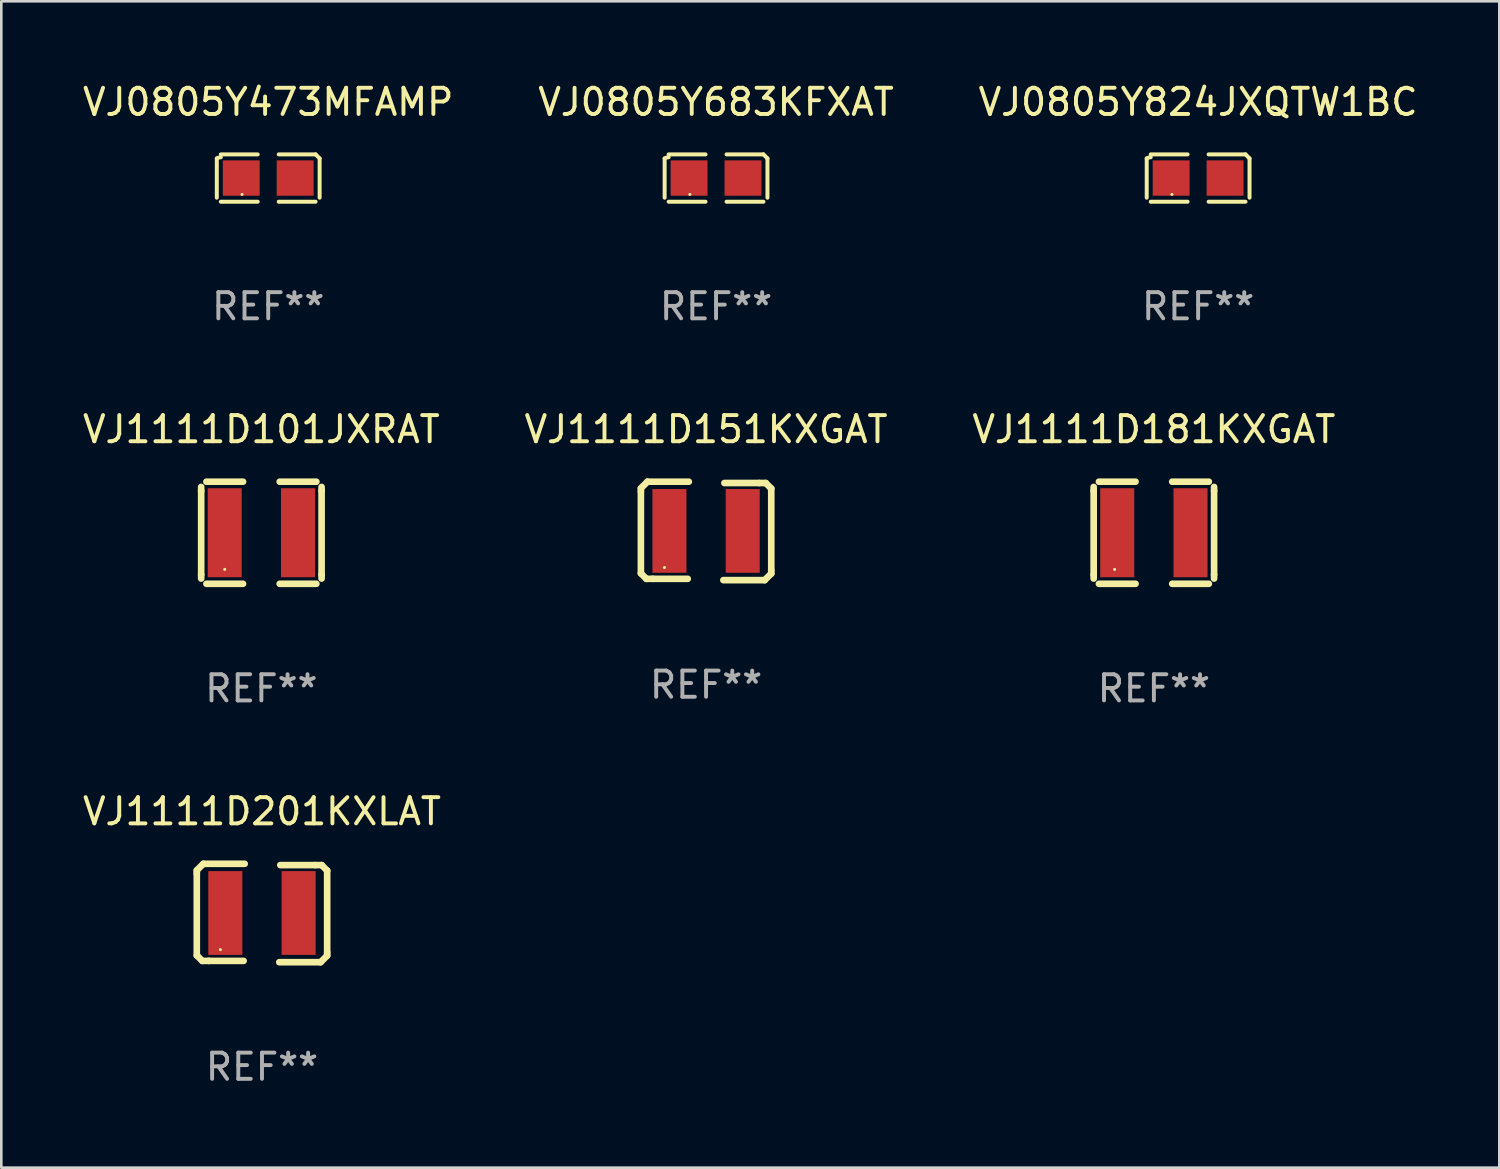
<source format=kicad_pcb>
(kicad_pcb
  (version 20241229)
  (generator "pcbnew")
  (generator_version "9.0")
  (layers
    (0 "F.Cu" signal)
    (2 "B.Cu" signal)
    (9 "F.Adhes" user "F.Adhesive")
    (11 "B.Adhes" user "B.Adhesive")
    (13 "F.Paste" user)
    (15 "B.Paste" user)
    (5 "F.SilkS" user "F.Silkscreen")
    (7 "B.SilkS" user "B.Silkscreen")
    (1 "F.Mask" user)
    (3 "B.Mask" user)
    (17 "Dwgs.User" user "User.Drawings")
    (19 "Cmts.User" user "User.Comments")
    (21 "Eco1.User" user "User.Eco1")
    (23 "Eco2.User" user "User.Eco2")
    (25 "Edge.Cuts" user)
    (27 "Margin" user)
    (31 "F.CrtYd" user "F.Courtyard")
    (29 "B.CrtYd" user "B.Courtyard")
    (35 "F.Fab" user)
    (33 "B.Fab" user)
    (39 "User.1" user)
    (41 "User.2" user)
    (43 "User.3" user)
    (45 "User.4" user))
  (footprint "VJ1111D101JXRAT"
    (layer "F.Cu")
    (at 6.935 17.302)
    (property "Reference" "VJ1111D101JXRAT" (at 0 -3.95 0) (layer "F.SilkS") (effects (font (size 1 1) (thickness 0.15))))
    (attr through_hole)
    (fp_line (start -2.3 -1.75) (end -2.3 -1.6) (stroke (width 0.254) (type solid)) (layer "F.SilkS"))
    (fp_line (start -2.3 -1.6) (end -2.3 1.6) (stroke (width 0.254) (type solid)) (layer "F.SilkS"))
    (fp_line (start -2.3 1.75) (end -2.3 1.6) (stroke (width 0.254) (type solid)) (layer "F.SilkS"))
    (fp_line (start -0.7 -1.95) (end -2.1 -1.95) (stroke (width 0.254) (type solid)) (layer "F.SilkS"))
    (fp_line (start -0.7 1.95) (end -2.1 1.95) (stroke (width 0.254) (type solid)) (layer "F.SilkS"))
    (fp_line (start 0.7 -1.95) (end 2.1 -1.95) (stroke (width 0.254) (type solid)) (layer "F.SilkS"))
    (fp_line (start 0.7 1.95) (end 2.1 1.95) (stroke (width 0.254) (type solid)) (layer "F.SilkS"))
    (fp_line (start 2.3 1.75) (end 2.3 1.6) (stroke (width 0.254) (type solid)) (layer "F.SilkS"))
    (fp_line (start 2.3 -1.75) (end 2.3 -1.6) (stroke (width 0.254) (type solid)) (layer "F.SilkS"))
    (fp_line (start 2.3 -1.6) (end 2.3 1.6) (stroke (width 0.254) (type solid)) (layer "F.SilkS"))
    (fp_circle (center -1.4 1.4) (end -1.37 1.4) (stroke (width 0.06) (type solid)) (fill no) (layer "F.SilkS"))
    (fp_text user "REF**" (at 0 5.95 0) (layer "F.Fab") (effects (font (size 1 1) (thickness 0.15))))
    (pad "1" smd rect (at -1.4 0 90) (size 3.4 1.3) (layers "F.Cu" "F.Mask" "F.Paste"))
    (pad "2" smd rect (at 1.4 0 90) (size 3.4 1.3) (layers "F.Cu" "F.Mask" "F.Paste")))
  (footprint "VJ1111D181KXGAT"
    (layer "F.Cu")
    (at 41.03 17.302)
    (property "Reference" "VJ1111D181KXGAT" (at 0 -3.95 0) (layer "F.SilkS") (effects (font (size 1 1) (thickness 0.15))))
    (attr through_hole)
    (fp_line (start -2.3 -1.75) (end -2.3 -1.6) (stroke (width 0.254) (type solid)) (layer "F.SilkS"))
    (fp_line (start -2.3 -1.6) (end -2.3 1.6) (stroke (width 0.254) (type solid)) (layer "F.SilkS"))
    (fp_line (start -2.3 1.75) (end -2.3 1.6) (stroke (width 0.254) (type solid)) (layer "F.SilkS"))
    (fp_line (start -0.7 -1.95) (end -2.1 -1.95) (stroke (width 0.254) (type solid)) (layer "F.SilkS"))
    (fp_line (start -0.7 1.95) (end -2.1 1.95) (stroke (width 0.254) (type solid)) (layer "F.SilkS"))
    (fp_line (start 0.7 -1.95) (end 2.1 -1.95) (stroke (width 0.254) (type solid)) (layer "F.SilkS"))
    (fp_line (start 0.7 1.95) (end 2.1 1.95) (stroke (width 0.254) (type solid)) (layer "F.SilkS"))
    (fp_line (start 2.3 1.75) (end 2.3 1.6) (stroke (width 0.254) (type solid)) (layer "F.SilkS"))
    (fp_line (start 2.3 -1.75) (end 2.3 -1.6) (stroke (width 0.254) (type solid)) (layer "F.SilkS"))
    (fp_line (start 2.3 -1.6) (end 2.3 1.6) (stroke (width 0.254) (type solid)) (layer "F.SilkS"))
    (fp_circle (center -1.5 1.4) (end -1.47 1.4) (stroke (width 0.06) (type solid)) (fill no) (layer "F.SilkS"))
    (fp_text user "REF**" (at 0 5.95 0) (layer "F.Fab") (effects (font (size 1 1) (thickness 0.15))))
    (pad "1" smd rect (at -1.4 0 90) (size 3.4 1.3) (layers "F.Cu" "F.Mask" "F.Paste"))
    (pad "2" smd rect (at 1.4 0 90) (size 3.4 1.3) (layers "F.Cu" "F.Mask" "F.Paste")))
  (footprint "VJ0805Y683KFXAT"
    (layer "F.Cu")
    (at 24.304 3.752)
    (property "Reference" "VJ0805Y683KFXAT" (at 0 -2.904 0) (layer "F.SilkS") (effects (font (size 1 1) (thickness 0.15))))
    (attr through_hole)
    (fp_line (start -1.964 0.751) (end -1.964 -0.751) (stroke (width 0.152) (type solid)) (layer "F.SilkS"))
    (fp_line (start -1.811 -0.904) (end -0.401 -0.904) (stroke (width 0.152) (type solid)) (layer "F.SilkS"))
    (fp_line (start -0.401 0.904) (end -1.811 0.904) (stroke (width 0.152) (type solid)) (layer "F.SilkS"))
    (fp_line (start 0.401 0.904) (end 1.811 0.904) (stroke (width 0.152) (type solid)) (layer "F.SilkS"))
    (fp_line (start 1.811 -0.904) (end 0.401 -0.904) (stroke (width 0.152) (type solid)) (layer "F.SilkS"))
    (fp_line (start 1.964 0.751) (end 1.964 -0.751) (stroke (width 0.152) (type solid)) (layer "F.SilkS"))
    (fp_arc (start -1.963602 -0.751207) (mid -1.890354 -0.783131) (end -1.811201 -0.794044) (stroke (width 0.1524) (type solid)) (layer "F.SilkS"))
    (fp_arc (start 1.811202 -0.903607) (mid 1.887413 -0.827418) (end 1.963602 -0.751207) (stroke (width 0.1524) (type solid)) (layer "F.SilkS"))
    (fp_circle (center -1 0.625) (end -0.97 0.625) (stroke (width 0.06) (type solid)) (fill no) (layer "F.SilkS"))
    (fp_text user "REF**" (at 0 4.904 0) (layer "F.Fab") (effects (font (size 1 1) (thickness 0.15))))
    (pad "1" smd rect (at -1.03 0) (size 1.41 1.35) (layers "F.Cu" "F.Mask" "F.Paste"))
    (pad "2" smd rect (at 1.03 0) (size 1.41 1.35) (layers "F.Cu" "F.Mask" "F.Paste")))
  (footprint "VJ0805Y824JXQTW1BC"
    (layer "F.Cu")
    (at 42.72 3.752)
    (property "Reference" "VJ0805Y824JXQTW1BC" (at 0 -2.904 0) (layer "F.SilkS") (effects (font (size 1 1) (thickness 0.15))))
    (attr through_hole)
    (fp_line (start -1.964 0.751) (end -1.964 -0.751) (stroke (width 0.152) (type solid)) (layer "F.SilkS"))
    (fp_line (start -1.811 -0.904) (end -0.401 -0.904) (stroke (width 0.152) (type solid)) (layer "F.SilkS"))
    (fp_line (start -0.401 0.904) (end -1.811 0.904) (stroke (width 0.152) (type solid)) (layer "F.SilkS"))
    (fp_line (start 0.401 0.904) (end 1.811 0.904) (stroke (width 0.152) (type solid)) (layer "F.SilkS"))
    (fp_line (start 1.811 -0.904) (end 0.401 -0.904) (stroke (width 0.152) (type solid)) (layer "F.SilkS"))
    (fp_line (start 1.964 0.751) (end 1.964 -0.751) (stroke (width 0.152) (type solid)) (layer "F.SilkS"))
    (fp_arc (start -1.963602 -0.751207) (mid -1.890354 -0.783131) (end -1.811201 -0.794044) (stroke (width 0.1524) (type solid)) (layer "F.SilkS"))
    (fp_arc (start 1.811202 -0.903607) (mid 1.887413 -0.827418) (end 1.963602 -0.751207) (stroke (width 0.1524) (type solid)) (layer "F.SilkS"))
    (fp_circle (center -1 0.625) (end -0.97 0.625) (stroke (width 0.06) (type solid)) (fill no) (layer "F.SilkS"))
    (fp_text user "REF**" (at 0 4.904 0) (layer "F.Fab") (effects (font (size 1 1) (thickness 0.15))))
    (pad "1" smd rect (at -1.03 0) (size 1.41 1.35) (layers "F.Cu" "F.Mask" "F.Paste"))
    (pad "2" smd rect (at 1.03 0) (size 1.41 1.35) (layers "F.Cu" "F.Mask" "F.Paste")))
  (footprint "VJ1111D151KXGAT"
    (layer "F.Cu")
    (at 23.923 17.232)
    (property "Reference" "VJ1111D151KXGAT" (at 0 -3.88 0) (layer "F.SilkS") (effects (font (size 1 1) (thickness 0.15))))
    (attr through_hole)
    (fp_line (start -2.49 -1.63) (end -2.24 -1.88) (stroke (width 0.254) (type solid)) (layer "F.SilkS"))
    (fp_line (start -2.49 -1.51) (end -2.49 -1.63) (stroke (width 0.254) (type solid)) (layer "F.SilkS"))
    (fp_line (start -2.49 1.62) (end -2.49 -1.51) (stroke (width 0.254) (type solid)) (layer "F.SilkS"))
    (fp_line (start -2.28 1.83) (end -2.49 1.62) (stroke (width 0.254) (type solid)) (layer "F.SilkS"))
    (fp_line (start -2.24 -1.88) (end -0.66 -1.88) (stroke (width 0.254) (type solid)) (layer "F.SilkS"))
    (fp_line (start -2.03 1.83) (end -2.28 1.83) (stroke (width 0.254) (type solid)) (layer "F.SilkS"))
    (fp_line (start -0.7 1.83) (end -2.03 1.83) (stroke (width 0.254) (type solid)) (layer "F.SilkS"))
    (fp_line (start 0.7 -1.83) (end 2.03 -1.83) (stroke (width 0.254) (type solid)) (layer "F.SilkS"))
    (fp_line (start 2.03 -1.83) (end 2.28 -1.83) (stroke (width 0.254) (type solid)) (layer "F.SilkS"))
    (fp_line (start 2.24 1.88) (end 0.66 1.88) (stroke (width 0.254) (type solid)) (layer "F.SilkS"))
    (fp_line (start 2.28 -1.83) (end 2.49 -1.62) (stroke (width 0.254) (type solid)) (layer "F.SilkS"))
    (fp_line (start 2.49 -1.62) (end 2.49 1.51) (stroke (width 0.254) (type solid)) (layer "F.SilkS"))
    (fp_line (start 2.49 1.51) (end 2.49 1.63) (stroke (width 0.254) (type solid)) (layer "F.SilkS"))
    (fp_line (start 2.49 1.63) (end 2.24 1.88) (stroke (width 0.254) (type solid)) (layer "F.SilkS"))
    (fp_circle (center -1.59 1.4) (end -1.56 1.4) (stroke (width 0.06) (type solid)) (fill no) (layer "F.SilkS"))
    (fp_text user "REF**" (at 0 5.88 0) (layer "F.Fab") (effects (font (size 1 1) (thickness 0.15))))
    (pad "1" smd rect (at -1.4 0 90) (size 3.2 1.3) (layers "F.Cu" "F.Mask" "F.Paste"))
    (pad "2" smd rect (at 1.4 0 90) (size 3.2 1.3) (layers "F.Cu" "F.Mask" "F.Paste")))
  (footprint "VJ0805Y473MFAMP"
    (layer "F.Cu")
    (at 7.196 3.752)
    (property "Reference" "VJ0805Y473MFAMP" (at 0 -2.904 0) (layer "F.SilkS") (effects (font (size 1 1) (thickness 0.15))))
    (attr through_hole)
    (fp_line (start -1.964 0.751) (end -1.964 -0.751) (stroke (width 0.152) (type solid)) (layer "F.SilkS"))
    (fp_line (start -1.811 -0.904) (end -0.401 -0.904) (stroke (width 0.152) (type solid)) (layer "F.SilkS"))
    (fp_line (start -0.401 0.904) (end -1.811 0.904) (stroke (width 0.152) (type solid)) (layer "F.SilkS"))
    (fp_line (start 0.401 0.904) (end 1.811 0.904) (stroke (width 0.152) (type solid)) (layer "F.SilkS"))
    (fp_line (start 1.811 -0.904) (end 0.401 -0.904) (stroke (width 0.152) (type solid)) (layer "F.SilkS"))
    (fp_line (start 1.964 0.751) (end 1.964 -0.751) (stroke (width 0.152) (type solid)) (layer "F.SilkS"))
    (fp_arc (start -1.963602 -0.751207) (mid -1.890354 -0.783131) (end -1.811201 -0.794044) (stroke (width 0.1524) (type solid)) (layer "F.SilkS"))
    (fp_arc (start 1.811202 -0.903607) (mid 1.887413 -0.827418) (end 1.963602 -0.751207) (stroke (width 0.1524) (type solid)) (layer "F.SilkS"))
    (fp_circle (center -1 0.625) (end -0.97 0.625) (stroke (width 0.06) (type solid)) (fill no) (layer "F.SilkS"))
    (fp_text user "REF**" (at 0 4.904 0) (layer "F.Fab") (effects (font (size 1 1) (thickness 0.15))))
    (pad "1" smd rect (at -1.03 0) (size 1.41 1.35) (layers "F.Cu" "F.Mask" "F.Paste"))
    (pad "2" smd rect (at 1.03 0) (size 1.41 1.35) (layers "F.Cu" "F.Mask" "F.Paste")))
  (footprint "VJ1111D201KXLAT"
    (layer "F.Cu")
    (at 6.958 31.828)
    (property "Reference" "VJ1111D201KXLAT" (at 0 -3.88 0) (layer "F.SilkS") (effects (font (size 1 1) (thickness 0.15))))
    (attr through_hole)
    (fp_line (start -2.49 -1.63) (end -2.24 -1.88) (stroke (width 0.254) (type solid)) (layer "F.SilkS"))
    (fp_line (start -2.49 -1.51) (end -2.49 -1.63) (stroke (width 0.254) (type solid)) (layer "F.SilkS"))
    (fp_line (start -2.49 1.62) (end -2.49 -1.51) (stroke (width 0.254) (type solid)) (layer "F.SilkS"))
    (fp_line (start -2.28 1.83) (end -2.49 1.62) (stroke (width 0.254) (type solid)) (layer "F.SilkS"))
    (fp_line (start -2.24 -1.88) (end -0.66 -1.88) (stroke (width 0.254) (type solid)) (layer "F.SilkS"))
    (fp_line (start -2.03 1.83) (end -2.28 1.83) (stroke (width 0.254) (type solid)) (layer "F.SilkS"))
    (fp_line (start -0.7 1.83) (end -2.03 1.83) (stroke (width 0.254) (type solid)) (layer "F.SilkS"))
    (fp_line (start 0.7 -1.83) (end 2.03 -1.83) (stroke (width 0.254) (type solid)) (layer "F.SilkS"))
    (fp_line (start 2.03 -1.83) (end 2.28 -1.83) (stroke (width 0.254) (type solid)) (layer "F.SilkS"))
    (fp_line (start 2.24 1.88) (end 0.66 1.88) (stroke (width 0.254) (type solid)) (layer "F.SilkS"))
    (fp_line (start 2.28 -1.83) (end 2.49 -1.62) (stroke (width 0.254) (type solid)) (layer "F.SilkS"))
    (fp_line (start 2.49 -1.62) (end 2.49 1.51) (stroke (width 0.254) (type solid)) (layer "F.SilkS"))
    (fp_line (start 2.49 1.51) (end 2.49 1.63) (stroke (width 0.254) (type solid)) (layer "F.SilkS"))
    (fp_line (start 2.49 1.63) (end 2.24 1.88) (stroke (width 0.254) (type solid)) (layer "F.SilkS"))
    (fp_circle (center -1.59 1.4) (end -1.56 1.4) (stroke (width 0.06) (type solid)) (fill no) (layer "F.SilkS"))
    (fp_text user "REF**" (at 0 5.88 0) (layer "F.Fab") (effects (font (size 1 1) (thickness 0.15))))
    (pad "1" smd rect (at -1.4 0 90) (size 3.2 1.3) (layers "F.Cu" "F.Mask" "F.Paste"))
    (pad "2" smd rect (at 1.4 0 90) (size 3.2 1.3) (layers "F.Cu" "F.Mask" "F.Paste")))
  (gr_rect
    (start -3 -3)
    (end 54.226 41.557)
    (stroke (width 0.1) (type default))
    (fill no)
    (layer "Edge.Cuts")))
</source>
